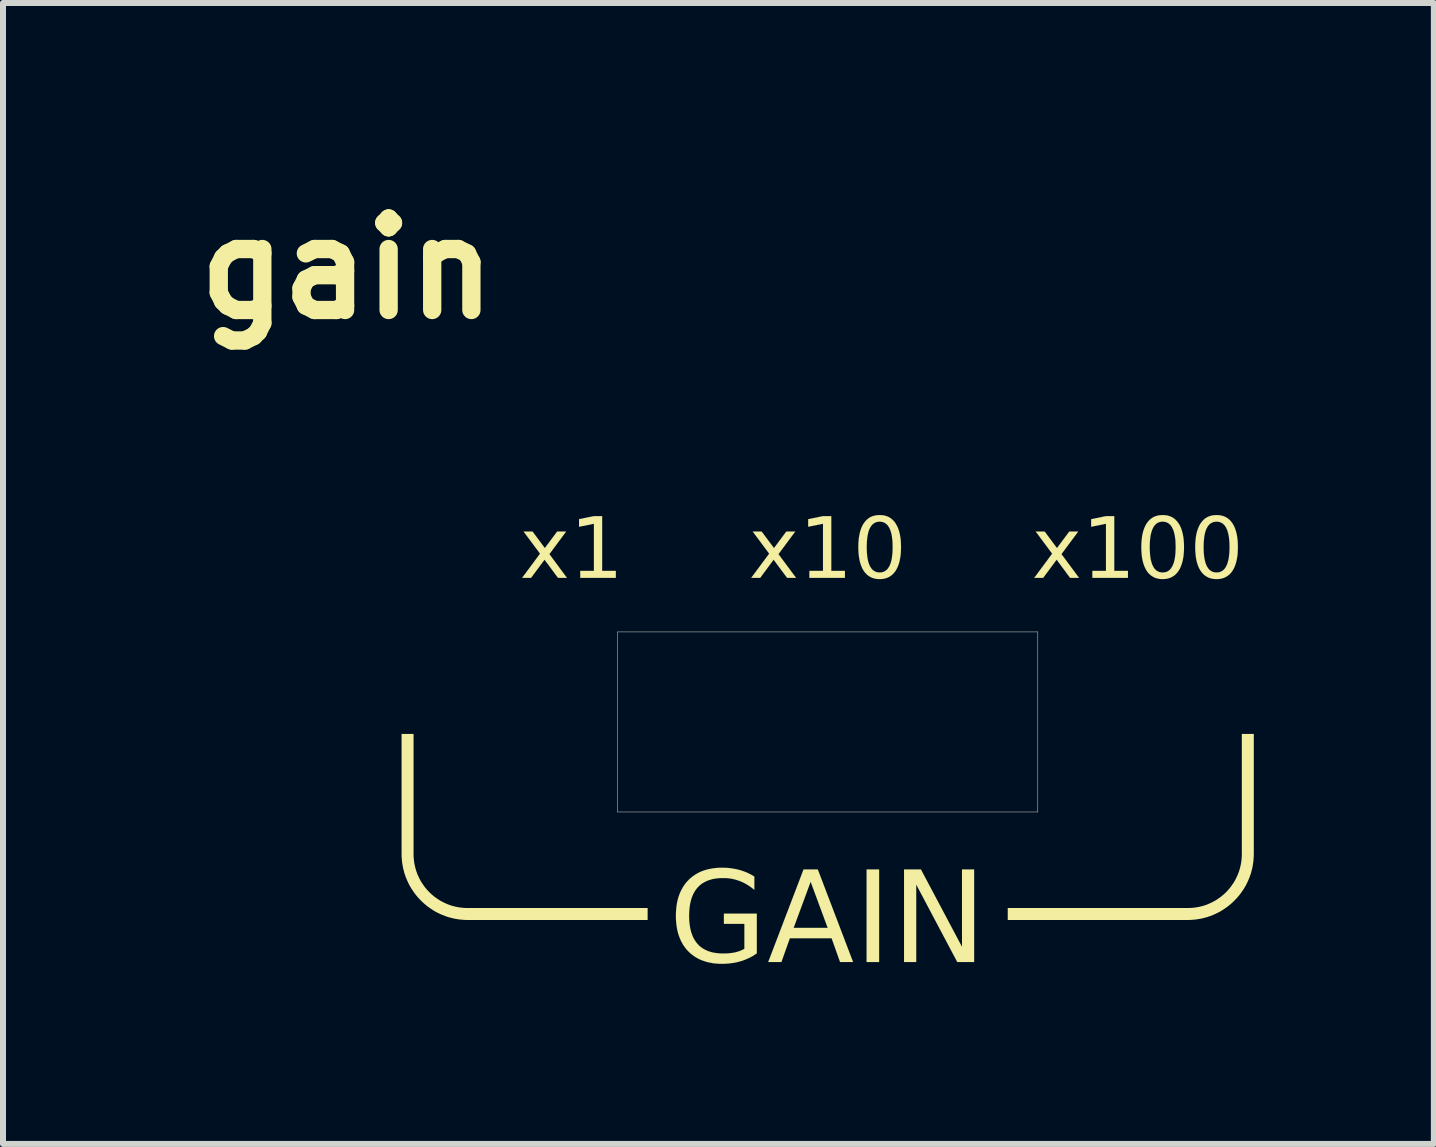
<source format=kicad_pcb>
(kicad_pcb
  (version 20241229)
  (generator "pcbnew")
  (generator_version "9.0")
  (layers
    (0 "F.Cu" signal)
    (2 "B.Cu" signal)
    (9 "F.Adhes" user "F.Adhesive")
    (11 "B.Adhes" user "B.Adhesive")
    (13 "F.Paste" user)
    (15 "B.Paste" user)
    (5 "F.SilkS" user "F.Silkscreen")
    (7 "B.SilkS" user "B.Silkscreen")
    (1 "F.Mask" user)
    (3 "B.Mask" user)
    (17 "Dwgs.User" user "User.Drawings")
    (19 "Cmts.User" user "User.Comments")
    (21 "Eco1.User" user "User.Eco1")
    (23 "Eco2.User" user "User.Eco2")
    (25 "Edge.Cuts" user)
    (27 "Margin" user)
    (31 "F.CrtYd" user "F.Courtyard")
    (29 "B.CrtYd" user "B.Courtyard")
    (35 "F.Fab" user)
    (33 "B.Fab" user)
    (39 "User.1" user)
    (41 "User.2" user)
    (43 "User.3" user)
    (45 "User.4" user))
  (footprint "gain"
    (layer "F.Cu")
    (at 2.736 4.474)
    (property "Reference" "gain" (at 0 -3.048 0) (layer "F.SilkS") (effects (font (size 1.524 1.524) (thickness 0.305))))
    (attr exclude_from_pos_files exclude_from_bom)
    (fp_poly (pts (xy 8.653 6.962) (xy 8.862 6.962) (xy 8.862 8.505) (xy 8.653 8.505) (xy 8.653 6.962)) (stroke (width 0.001) (type solid)) (fill yes) (layer "F.SilkS"))
    (fp_poly (pts (xy 9.277 6.962) (xy 9.558 6.962) (xy 10.243 8.253) (xy 10.243 6.962) (xy 10.445 6.962) (xy 10.445 8.505) (xy 10.164 8.505) (xy 9.48 7.214) (xy 9.48 8.505) (xy 9.277 8.505) (xy 9.277 6.962)) (stroke (width 0.001) (type solid)) (fill yes) (layer "F.SilkS"))
    (fp_poly (pts (xy 3.882 1.988) (xy 4.11 1.988) (xy 4.11 1.203) (xy 3.862 1.253) (xy 3.862 1.126) (xy 4.108 1.076) (xy 4.247 1.076) (xy 4.247 1.988) (xy 4.475 1.988) (xy 4.475 2.105) (xy 3.882 2.105) (xy 3.882 1.988)) (stroke (width 0.001) (type solid)) (fill yes) (layer "F.SilkS"))
    (fp_poly (pts (xy 7.7 1.988) (xy 7.927 1.988) (xy 7.927 1.203) (xy 7.68 1.253) (xy 7.68 1.126) (xy 7.926 1.076) (xy 8.065 1.076) (xy 8.065 1.988) (xy 8.292 1.988) (xy 8.292 2.105) (xy 7.7 2.105) (xy 7.7 1.988)) (stroke (width 0.001) (type solid)) (fill yes) (layer "F.SilkS"))
    (fp_poly (pts (xy 12.415 1.988) (xy 12.642 1.988) (xy 12.642 1.203) (xy 12.395 1.253) (xy 12.395 1.126) (xy 12.641 1.076) (xy 12.78 1.076) (xy 12.78 1.988) (xy 13.008 1.988) (xy 13.008 2.105) (xy 12.415 2.105) (xy 12.415 1.988)) (stroke (width 0.001) (type solid)) (fill yes) (layer "F.SilkS"))
    (fp_poly (pts (xy 3.647 1.333) (xy 3.368 1.709) (xy 3.661 2.105) (xy 3.512 2.105) (xy 3.287 1.802) (xy 3.062 2.105) (xy 2.913 2.105) (xy 3.212 1.701) (xy 2.938 1.333) (xy 3.088 1.333) (xy 3.292 1.608) (xy 3.497 1.333) (xy 3.647 1.333)) (stroke (width 0.001) (type solid)) (fill yes) (layer "F.SilkS"))
    (fp_poly (pts (xy 7.464 1.333) (xy 7.185 1.709) (xy 7.479 2.105) (xy 7.329 2.105) (xy 7.104 1.802) (xy 6.88 2.105) (xy 6.73 2.105) (xy 7.03 1.701) (xy 6.756 1.333) (xy 6.905 1.333) (xy 7.11 1.608) (xy 7.315 1.333) (xy 7.464 1.333)) (stroke (width 0.001) (type solid)) (fill yes) (layer "F.SilkS"))
    (fp_poly (pts (xy 12.179 1.333) (xy 11.9 1.709) (xy 12.194 2.105) (xy 12.044 2.105) (xy 11.82 1.802) (xy 11.595 2.105) (xy 11.446 2.105) (xy 11.745 1.701) (xy 11.471 1.333) (xy 11.621 1.333) (xy 11.825 1.608) (xy 12.03 1.333) (xy 12.179 1.333)) (stroke (width 0.001) (type solid)) (fill yes) (layer "F.SilkS"))
    (fp_poly (pts (xy 7.721 7.168) (xy 7.603 6.962) (xy 7.84 6.962) (xy 8.428 8.505) (xy 8.211 8.505) (xy 8.07 8.109) (xy 7.375 8.109) (xy 7.234 8.505) (xy 7.014 8.505) (xy 7.603 6.962) (xy 7.721 7.168) (xy 7.438 7.936) (xy 8.005 7.936) (xy 7.721 7.168)) (stroke (width 0.001) (type solid)) (fill yes) (layer "F.SilkS"))
    (fp_poly (pts (xy 0.905 4.705) (xy 0.905 6.705) (xy 0.906 6.73) (xy 0.906 6.755) (xy 0.908 6.779) (xy 0.91 6.804) (xy 0.912 6.828) (xy 0.915 6.852) (xy 0.919 6.876) (xy 0.923 6.9) (xy 0.927 6.923) (xy 0.932 6.947) (xy 0.938 6.97) (xy 0.944 6.993) (xy 0.95 7.016) (xy 0.957 7.039) (xy 0.965 7.061) (xy 0.972 7.083) (xy 0.981 7.105) (xy 0.99 7.127) (xy 0.999 7.149) (xy 1.009 7.17) (xy 1.019 7.191) (xy 1.029 7.212) (xy 1.04 7.233) (xy 1.052 7.253) (xy 1.064 7.273) (xy 1.076 7.293) (xy 1.089 7.312) (xy 1.102 7.331) (xy 1.115 7.35) (xy 1.129 7.369) (xy 1.143 7.387) (xy 1.158 7.405) (xy 1.173 7.423) (xy 1.188 7.44) (xy 1.204 7.457) (xy 1.22 7.474) (xy 1.236 7.49) (xy 1.253 7.506) (xy 1.27 7.522) (xy 1.287 7.537) (xy 1.305 7.552) (xy 1.323 7.567) (xy 1.341 7.581) (xy 1.36 7.595) (xy 1.379 7.608) (xy 1.398 7.621) (xy 1.417 7.634) (xy 1.437 7.646) (xy 1.457 7.658) (xy 1.477 7.67) (xy 1.498 7.681) (xy 1.519 7.691) (xy 1.54 7.701) (xy 1.561 7.711) (xy 1.583 7.72) (xy 1.605 7.729) (xy 1.627 7.738) (xy 1.649 7.745) (xy 1.671 7.753) (xy 1.694 7.76) (xy 1.717 7.766) (xy 1.74 7.772) (xy 1.763 7.778) (xy 1.787 7.783) (xy 1.81 7.787) (xy 1.834 7.791) (xy 1.858 7.795) (xy 1.882 7.798) (xy 1.906 7.8) (xy 1.931 7.802) (xy 1.955 7.804) (xy 1.98 7.804) (xy 2.005 7.805) (xy 5.005 7.805) (xy 5.005 7.605) (xy 2.005 7.605) (xy 1.98 7.605) (xy 1.955 7.604) (xy 1.931 7.602) (xy 1.907 7.6) (xy 1.883 7.597) (xy 1.859 7.594) (xy 1.835 7.589) (xy 1.812 7.585) (xy 1.788 7.579) (xy 1.765 7.573) (xy 1.743 7.567) (xy 1.72 7.56) (xy 1.698 7.552) (xy 1.676 7.544) (xy 1.654 7.535) (xy 1.633 7.525) (xy 1.612 7.516) (xy 1.591 7.505) (xy 1.57 7.494) (xy 1.55 7.483) (xy 1.53 7.471) (xy 1.511 7.458) (xy 1.492 7.445) (xy 1.473 7.432) (xy 1.454 7.418) (xy 1.436 7.404) (xy 1.419 7.389) (xy 1.401 7.374) (xy 1.384 7.358) (xy 1.368 7.342) (xy 1.352 7.326) (xy 1.336 7.309) (xy 1.321 7.291) (xy 1.306 7.274) (xy 1.292 7.256) (xy 1.278 7.237) (xy 1.265 7.218) (xy 1.252 7.199) (xy 1.239 7.18) (xy 1.227 7.16) (xy 1.216 7.14) (xy 1.205 7.119) (xy 1.194 7.098) (xy 1.185 7.077) (xy 1.175 7.056) (xy 1.166 7.034) (xy 1.158 7.012) (xy 1.15 6.99) (xy 1.143 6.967) (xy 1.137 6.945) (xy 1.131 6.922) (xy 1.125 6.898) (xy 1.121 6.875) (xy 1.116 6.851) (xy 1.113 6.827) (xy 1.11 6.803) (xy 1.108 6.779) (xy 1.106 6.754) (xy 1.105 6.73) (xy 1.105 6.705) (xy 1.105 4.705) (xy 0.905 4.705)) (stroke (width 0) (type solid)) (fill yes) (layer "F.SilkS"))
    (fp_poly (pts (xy 14.905 4.705) (xy 14.905 6.705) (xy 14.905 6.73) (xy 14.904 6.754) (xy 14.902 6.779) (xy 14.9 6.803) (xy 14.897 6.827) (xy 14.894 6.851) (xy 14.889 6.875) (xy 14.885 6.898) (xy 14.879 6.922) (xy 14.873 6.945) (xy 14.867 6.967) (xy 14.86 6.99) (xy 14.852 7.012) (xy 14.844 7.034) (xy 14.835 7.056) (xy 14.825 7.077) (xy 14.815 7.098) (xy 14.805 7.119) (xy 14.794 7.14) (xy 14.783 7.16) (xy 14.771 7.18) (xy 14.758 7.199) (xy 14.745 7.218) (xy 14.732 7.237) (xy 14.718 7.256) (xy 14.704 7.274) (xy 14.689 7.291) (xy 14.674 7.309) (xy 14.658 7.326) (xy 14.642 7.342) (xy 14.626 7.358) (xy 14.609 7.374) (xy 14.591 7.389) (xy 14.574 7.404) (xy 14.556 7.418) (xy 14.537 7.432) (xy 14.518 7.445) (xy 14.499 7.458) (xy 14.48 7.471) (xy 14.46 7.483) (xy 14.44 7.494) (xy 14.419 7.505) (xy 14.398 7.516) (xy 14.377 7.525) (xy 14.356 7.535) (xy 14.334 7.544) (xy 14.312 7.552) (xy 14.29 7.56) (xy 14.267 7.567) (xy 14.245 7.573) (xy 14.222 7.579) (xy 14.198 7.585) (xy 14.175 7.589) (xy 14.151 7.594) (xy 14.127 7.597) (xy 14.103 7.6) (xy 14.079 7.602) (xy 14.054 7.604) (xy 14.03 7.605) (xy 14.005 7.605) (xy 11.005 7.605) (xy 11.005 7.805) (xy 14.005 7.805) (xy 14.03 7.804) (xy 14.055 7.804) (xy 14.079 7.802) (xy 14.104 7.8) (xy 14.128 7.798) (xy 14.152 7.795) (xy 14.176 7.791) (xy 14.2 7.787) (xy 14.223 7.783) (xy 14.247 7.778) (xy 14.27 7.772) (xy 14.293 7.766) (xy 14.316 7.76) (xy 14.339 7.753) (xy 14.361 7.745) (xy 14.383 7.738) (xy 14.405 7.729) (xy 14.427 7.72) (xy 14.449 7.711) (xy 14.47 7.701) (xy 14.491 7.691) (xy 14.512 7.681) (xy 14.533 7.67) (xy 14.553 7.658) (xy 14.573 7.646) (xy 14.593 7.634) (xy 14.612 7.621) (xy 14.631 7.608) (xy 14.65 7.595) (xy 14.669 7.581) (xy 14.687 7.567) (xy 14.705 7.552) (xy 14.723 7.537) (xy 14.74 7.522) (xy 14.757 7.506) (xy 14.774 7.49) (xy 14.79 7.474) (xy 14.806 7.457) (xy 14.822 7.44) (xy 14.837 7.423) (xy 14.852 7.405) (xy 14.867 7.387) (xy 14.881 7.369) (xy 14.895 7.35) (xy 14.908 7.331) (xy 14.921 7.312) (xy 14.934 7.293) (xy 14.946 7.273) (xy 14.958 7.253) (xy 14.97 7.233) (xy 14.981 7.212) (xy 14.991 7.191) (xy 15.001 7.17) (xy 15.011 7.149) (xy 15.02 7.127) (xy 15.029 7.105) (xy 15.038 7.083) (xy 15.045 7.061) (xy 15.053 7.039) (xy 15.06 7.016) (xy 15.066 6.993) (xy 15.072 6.97) (xy 15.078 6.947) (xy 15.083 6.923) (xy 15.087 6.9) (xy 15.091 6.876) (xy 15.095 6.852) (xy 15.098 6.828) (xy 15.1 6.804) (xy 15.102 6.779) (xy 15.103 6.755) (xy 15.104 6.73) (xy 15.105 6.705) (xy 15.105 4.705) (xy 14.905 4.705)) (stroke (width 0) (type solid)) (fill yes) (layer "F.SilkS"))
    (fp_poly (pts (xy 8.871 1.168) (xy 8.871 1.058) (xy 8.897 1.059) (xy 8.922 1.061) (xy 8.947 1.065) (xy 8.97 1.071) (xy 8.992 1.078) (xy 9.013 1.087) (xy 9.034 1.097) (xy 9.053 1.11) (xy 9.071 1.123) (xy 9.089 1.139) (xy 9.105 1.156) (xy 9.121 1.175) (xy 9.135 1.195) (xy 9.145 1.211) (xy 9.155 1.229) (xy 9.164 1.247) (xy 9.173 1.266) (xy 9.181 1.286) (xy 9.188 1.307) (xy 9.195 1.328) (xy 9.201 1.351) (xy 9.206 1.374) (xy 9.211 1.398) (xy 9.215 1.423) (xy 9.219 1.449) (xy 9.222 1.476) (xy 9.224 1.504) (xy 9.225 1.532) (xy 9.226 1.561) (xy 9.227 1.592) (xy 9.226 1.622) (xy 9.225 1.651) (xy 9.224 1.68) (xy 9.222 1.707) (xy 9.219 1.734) (xy 9.215 1.76) (xy 9.211 1.785) (xy 9.206 1.809) (xy 9.201 1.832) (xy 9.195 1.855) (xy 9.188 1.876) (xy 9.181 1.897) (xy 9.173 1.917) (xy 9.164 1.936) (xy 9.155 1.955) (xy 9.145 1.972) (xy 9.135 1.989) (xy 9.121 2.009) (xy 9.105 2.027) (xy 9.089 2.044) (xy 9.071 2.06) (xy 9.053 2.073) (xy 9.034 2.085) (xy 9.013 2.096) (xy 8.992 2.105) (xy 8.97 2.112) (xy 8.947 2.118) (xy 8.922 2.122) (xy 8.897 2.124) (xy 8.871 2.125) (xy 8.845 2.124) (xy 8.82 2.122) (xy 8.796 2.118) (xy 8.772 2.112) (xy 8.75 2.105) (xy 8.729 2.096) (xy 8.708 2.085) (xy 8.689 2.073) (xy 8.671 2.06) (xy 8.653 2.044) (xy 8.637 2.027) (xy 8.621 2.009) (xy 8.607 1.989) (xy 8.596 1.972) (xy 8.586 1.955) (xy 8.577 1.936) (xy 8.569 1.917) (xy 8.561 1.897) (xy 8.554 1.876) (xy 8.547 1.855) (xy 8.541 1.832) (xy 8.536 1.809) (xy 8.531 1.785) (xy 8.527 1.76) (xy 8.523 1.734) (xy 8.521 1.707) (xy 8.518 1.68) (xy 8.517 1.651) (xy 8.516 1.622) (xy 8.516 1.592) (xy 8.516 1.561) (xy 8.517 1.532) (xy 8.518 1.504) (xy 8.521 1.476) (xy 8.523 1.449) (xy 8.527 1.423) (xy 8.531 1.398) (xy 8.536 1.374) (xy 8.541 1.351) (xy 8.547 1.328) (xy 8.554 1.307) (xy 8.561 1.286) (xy 8.569 1.266) (xy 8.577 1.247) (xy 8.586 1.229) (xy 8.596 1.211) (xy 8.607 1.195) (xy 8.621 1.175) (xy 8.637 1.156) (xy 8.653 1.139) (xy 8.671 1.123) (xy 8.689 1.11) (xy 8.708 1.097) (xy 8.729 1.087) (xy 8.75 1.078) (xy 8.772 1.071) (xy 8.796 1.065) (xy 8.82 1.061) (xy 8.845 1.059) (xy 8.871 1.058) (xy 8.871 1.168) (xy 8.848 1.169) (xy 8.826 1.173) (xy 8.805 1.18) (xy 8.786 1.189) (xy 8.768 1.201) (xy 8.751 1.215) (xy 8.736 1.232) (xy 8.722 1.252) (xy 8.709 1.274) (xy 8.701 1.291) (xy 8.694 1.309) (xy 8.687 1.328) (xy 8.681 1.349) (xy 8.676 1.371) (xy 8.671 1.394) (xy 8.667 1.419) (xy 8.663 1.444) (xy 8.661 1.471) (xy 8.658 1.499) (xy 8.657 1.529) (xy 8.656 1.56) (xy 8.655 1.592) (xy 8.656 1.624) (xy 8.657 1.654) (xy 8.658 1.684) (xy 8.661 1.712) (xy 8.663 1.739) (xy 8.667 1.764) (xy 8.671 1.789) (xy 8.676 1.812) (xy 8.681 1.834) (xy 8.687 1.855) (xy 8.694 1.874) (xy 8.701 1.892) (xy 8.709 1.909) (xy 8.722 1.931) (xy 8.736 1.951) (xy 8.751 1.968) (xy 8.768 1.982) (xy 8.786 1.994) (xy 8.805 2.003) (xy 8.826 2.01) (xy 8.848 2.013) (xy 8.871 2.015) (xy 8.894 2.013) (xy 8.916 2.01) (xy 8.937 2.003) (xy 8.957 1.994) (xy 8.974 1.982) (xy 8.991 1.968) (xy 9.006 1.951) (xy 9.02 1.931) (xy 9.033 1.909) (xy 9.041 1.892) (xy 9.048 1.874) (xy 9.055 1.855) (xy 9.061 1.834) (xy 9.067 1.812) (xy 9.072 1.789) (xy 9.076 1.764) (xy 9.079 1.739) (xy 9.082 1.712) (xy 9.085 1.684) (xy 9.086 1.654) (xy 9.087 1.624) (xy 9.087 1.592) (xy 9.087 1.56) (xy 9.086 1.529) (xy 9.085 1.499) (xy 9.082 1.471) (xy 9.079 1.444) (xy 9.076 1.419) (xy 9.072 1.394) (xy 9.067 1.371) (xy 9.061 1.349) (xy 9.055 1.328) (xy 9.048 1.309) (xy 9.041 1.291) (xy 9.033 1.274) (xy 9.02 1.252) (xy 9.006 1.232) (xy 8.991 1.215) (xy 8.974 1.201) (xy 8.957 1.189) (xy 8.937 1.18) (xy 8.916 1.173) (xy 8.894 1.169) (xy 8.871 1.168)) (stroke (width 0.001) (type solid)) (fill yes) (layer "F.SilkS"))
    (fp_poly (pts (xy 13.586 1.168) (xy 13.586 1.058) (xy 13.613 1.059) (xy 13.638 1.061) (xy 13.662 1.065) (xy 13.685 1.071) (xy 13.707 1.078) (xy 13.729 1.087) (xy 13.749 1.097) (xy 13.768 1.11) (xy 13.787 1.123) (xy 13.804 1.139) (xy 13.82 1.156) (xy 13.836 1.175) (xy 13.85 1.195) (xy 13.861 1.211) (xy 13.871 1.229) (xy 13.88 1.247) (xy 13.888 1.266) (xy 13.896 1.286) (xy 13.904 1.307) (xy 13.91 1.328) (xy 13.916 1.351) (xy 13.922 1.374) (xy 13.926 1.398) (xy 13.931 1.423) (xy 13.934 1.449) (xy 13.937 1.476) (xy 13.939 1.504) (xy 13.941 1.532) (xy 13.942 1.561) (xy 13.942 1.592) (xy 13.942 1.622) (xy 13.941 1.651) (xy 13.939 1.68) (xy 13.937 1.707) (xy 13.934 1.734) (xy 13.931 1.76) (xy 13.926 1.785) (xy 13.922 1.809) (xy 13.916 1.832) (xy 13.91 1.855) (xy 13.904 1.876) (xy 13.896 1.897) (xy 13.888 1.917) (xy 13.88 1.936) (xy 13.871 1.955) (xy 13.861 1.972) (xy 13.85 1.989) (xy 13.836 2.009) (xy 13.82 2.027) (xy 13.804 2.044) (xy 13.787 2.06) (xy 13.768 2.073) (xy 13.749 2.085) (xy 13.729 2.096) (xy 13.707 2.105) (xy 13.685 2.112) (xy 13.662 2.118) (xy 13.638 2.122) (xy 13.613 2.124) (xy 13.586 2.125) (xy 13.56 2.124) (xy 13.535 2.122) (xy 13.511 2.118) (xy 13.488 2.112) (xy 13.465 2.105) (xy 13.444 2.096) (xy 13.424 2.085) (xy 13.404 2.073) (xy 13.386 2.06) (xy 13.368 2.044) (xy 13.352 2.027) (xy 13.336 2.009) (xy 13.322 1.989) (xy 13.311 1.972) (xy 13.302 1.955) (xy 13.293 1.936) (xy 13.284 1.917) (xy 13.276 1.897) (xy 13.269 1.876) (xy 13.262 1.855) (xy 13.256 1.832) (xy 13.251 1.809) (xy 13.246 1.785) (xy 13.242 1.76) (xy 13.239 1.734) (xy 13.236 1.707) (xy 13.234 1.68) (xy 13.232 1.651) (xy 13.231 1.622) (xy 13.231 1.592) (xy 13.231 1.561) (xy 13.232 1.532) (xy 13.234 1.504) (xy 13.236 1.476) (xy 13.239 1.449) (xy 13.242 1.423) (xy 13.246 1.398) (xy 13.251 1.374) (xy 13.256 1.351) (xy 13.262 1.328) (xy 13.269 1.307) (xy 13.276 1.286) (xy 13.284 1.266) (xy 13.293 1.247) (xy 13.302 1.229) (xy 13.311 1.211) (xy 13.322 1.195) (xy 13.336 1.175) (xy 13.352 1.156) (xy 13.368 1.139) (xy 13.386 1.123) (xy 13.404 1.11) (xy 13.424 1.097) (xy 13.444 1.087) (xy 13.465 1.078) (xy 13.488 1.071) (xy 13.511 1.065) (xy 13.535 1.061) (xy 13.56 1.059) (xy 13.586 1.058) (xy 13.586 1.168) (xy 13.563 1.169) (xy 13.541 1.173) (xy 13.521 1.18) (xy 13.501 1.189) (xy 13.483 1.201) (xy 13.467 1.215) (xy 13.451 1.232) (xy 13.437 1.252) (xy 13.425 1.274) (xy 13.417 1.291) (xy 13.409 1.309) (xy 13.403 1.328) (xy 13.397 1.349) (xy 13.391 1.371) (xy 13.386 1.394) (xy 13.382 1.419) (xy 13.379 1.444) (xy 13.376 1.471) (xy 13.374 1.499) (xy 13.372 1.529) (xy 13.371 1.56) (xy 13.371 1.592) (xy 13.371 1.624) (xy 13.372 1.654) (xy 13.374 1.684) (xy 13.376 1.712) (xy 13.379 1.739) (xy 13.382 1.764) (xy 13.386 1.789) (xy 13.391 1.812) (xy 13.397 1.834) (xy 13.403 1.855) (xy 13.409 1.874) (xy 13.417 1.892) (xy 13.425 1.909) (xy 13.437 1.931) (xy 13.451 1.951) (xy 13.467 1.968) (xy 13.483 1.982) (xy 13.501 1.994) (xy 13.521 2.003) (xy 13.541 2.01) (xy 13.563 2.013) (xy 13.586 2.015) (xy 13.61 2.013) (xy 13.632 2.01) (xy 13.653 2.003) (xy 13.672 1.994) (xy 13.69 1.982) (xy 13.706 1.968) (xy 13.722 1.951) (xy 13.736 1.931) (xy 13.748 1.909) (xy 13.756 1.892) (xy 13.764 1.874) (xy 13.771 1.855) (xy 13.777 1.834) (xy 13.782 1.812) (xy 13.787 1.789) (xy 13.791 1.764) (xy 13.795 1.739) (xy 13.798 1.712) (xy 13.8 1.684) (xy 13.801 1.654) (xy 13.802 1.624) (xy 13.803 1.592) (xy 13.802 1.56) (xy 13.801 1.529) (xy 13.8 1.499) (xy 13.798 1.471) (xy 13.795 1.444) (xy 13.791 1.419) (xy 13.787 1.394) (xy 13.782 1.371) (xy 13.777 1.349) (xy 13.771 1.328) (xy 13.764 1.309) (xy 13.756 1.291) (xy 13.748 1.274) (xy 13.736 1.252) (xy 13.722 1.232) (xy 13.706 1.215) (xy 13.69 1.201) (xy 13.672 1.189) (xy 13.653 1.18) (xy 13.632 1.173) (xy 13.61 1.169) (xy 13.586 1.168)) (stroke (width 0.001) (type solid)) (fill yes) (layer "F.SilkS"))
    (fp_poly (pts (xy 14.484 1.168) (xy 14.484 1.058) (xy 14.51 1.059) (xy 14.535 1.061) (xy 14.56 1.065) (xy 14.583 1.071) (xy 14.605 1.078) (xy 14.626 1.087) (xy 14.647 1.097) (xy 14.666 1.11) (xy 14.684 1.123) (xy 14.702 1.139) (xy 14.718 1.156) (xy 14.734 1.175) (xy 14.748 1.195) (xy 14.759 1.211) (xy 14.768 1.229) (xy 14.778 1.247) (xy 14.786 1.266) (xy 14.794 1.286) (xy 14.801 1.307) (xy 14.808 1.328) (xy 14.814 1.351) (xy 14.819 1.374) (xy 14.824 1.398) (xy 14.828 1.423) (xy 14.832 1.449) (xy 14.835 1.476) (xy 14.837 1.504) (xy 14.838 1.532) (xy 14.839 1.561) (xy 14.84 1.592) (xy 14.839 1.622) (xy 14.838 1.651) (xy 14.837 1.68) (xy 14.835 1.707) (xy 14.832 1.734) (xy 14.828 1.76) (xy 14.824 1.785) (xy 14.819 1.809) (xy 14.814 1.832) (xy 14.808 1.855) (xy 14.801 1.876) (xy 14.794 1.897) (xy 14.786 1.917) (xy 14.778 1.936) (xy 14.768 1.955) (xy 14.759 1.972) (xy 14.748 1.989) (xy 14.734 2.009) (xy 14.718 2.027) (xy 14.702 2.044) (xy 14.684 2.06) (xy 14.666 2.073) (xy 14.647 2.085) (xy 14.626 2.096) (xy 14.605 2.105) (xy 14.583 2.112) (xy 14.56 2.118) (xy 14.536 2.122) (xy 14.51 2.124) (xy 14.484 2.125) (xy 14.458 2.124) (xy 14.433 2.122) (xy 14.409 2.118) (xy 14.385 2.112) (xy 14.363 2.105) (xy 14.342 2.096) (xy 14.322 2.085) (xy 14.302 2.073) (xy 14.284 2.06) (xy 14.266 2.044) (xy 14.25 2.027) (xy 14.234 2.009) (xy 14.22 1.989) (xy 14.209 1.972) (xy 14.2 1.955) (xy 14.19 1.936) (xy 14.182 1.917) (xy 14.174 1.897) (xy 14.167 1.876) (xy 14.16 1.855) (xy 14.154 1.832) (xy 14.149 1.809) (xy 14.144 1.785) (xy 14.14 1.76) (xy 14.137 1.734) (xy 14.134 1.707) (xy 14.132 1.68) (xy 14.13 1.651) (xy 14.129 1.622) (xy 14.129 1.592) (xy 14.129 1.561) (xy 14.13 1.532) (xy 14.132 1.504) (xy 14.134 1.476) (xy 14.137 1.449) (xy 14.14 1.423) (xy 14.144 1.398) (xy 14.149 1.374) (xy 14.154 1.351) (xy 14.16 1.328) (xy 14.167 1.307) (xy 14.174 1.286) (xy 14.182 1.266) (xy 14.19 1.247) (xy 14.2 1.229) (xy 14.209 1.211) (xy 14.22 1.195) (xy 14.234 1.175) (xy 14.25 1.156) (xy 14.266 1.139) (xy 14.284 1.123) (xy 14.302 1.11) (xy 14.322 1.097) (xy 14.342 1.087) (xy 14.363 1.078) (xy 14.385 1.071) (xy 14.409 1.065) (xy 14.433 1.061) (xy 14.458 1.059) (xy 14.484 1.058) (xy 14.484 1.168) (xy 14.461 1.169) (xy 14.439 1.173) (xy 14.418 1.18) (xy 14.399 1.189) (xy 14.381 1.201) (xy 14.364 1.215) (xy 14.349 1.232) (xy 14.335 1.252) (xy 14.322 1.274) (xy 14.314 1.291) (xy 14.307 1.309) (xy 14.3 1.328) (xy 14.294 1.349) (xy 14.289 1.371) (xy 14.284 1.394) (xy 14.28 1.419) (xy 14.277 1.444) (xy 14.274 1.471) (xy 14.271 1.499) (xy 14.27 1.529) (xy 14.269 1.56) (xy 14.269 1.592) (xy 14.269 1.624) (xy 14.27 1.654) (xy 14.271 1.684) (xy 14.274 1.712) (xy 14.277 1.739) (xy 14.28 1.764) (xy 14.284 1.789) (xy 14.289 1.812) (xy 14.294 1.834) (xy 14.3 1.855) (xy 14.307 1.874) (xy 14.314 1.892) (xy 14.322 1.909) (xy 14.335 1.931) (xy 14.349 1.951) (xy 14.364 1.968) (xy 14.381 1.982) (xy 14.399 1.994) (xy 14.418 2.003) (xy 14.439 2.01) (xy 14.461 2.013) (xy 14.484 2.015) (xy 14.508 2.013) (xy 14.53 2.01) (xy 14.55 2.003) (xy 14.57 1.994) (xy 14.588 1.982) (xy 14.604 1.968) (xy 14.62 1.951) (xy 14.634 1.931) (xy 14.646 1.909) (xy 14.654 1.892) (xy 14.662 1.874) (xy 14.668 1.855) (xy 14.674 1.834) (xy 14.68 1.812) (xy 14.685 1.789) (xy 14.689 1.764) (xy 14.692 1.739) (xy 14.695 1.712) (xy 14.698 1.684) (xy 14.699 1.654) (xy 14.7 1.624) (xy 14.701 1.592) (xy 14.7 1.56) (xy 14.699 1.529) (xy 14.698 1.499) (xy 14.695 1.471) (xy 14.692 1.444) (xy 14.689 1.419) (xy 14.685 1.394) (xy 14.68 1.371) (xy 14.674 1.349) (xy 14.668 1.328) (xy 14.662 1.309) (xy 14.654 1.291) (xy 14.646 1.274) (xy 14.634 1.252) (xy 14.62 1.232) (xy 14.604 1.215) (xy 14.588 1.201) (xy 14.57 1.189) (xy 14.55 1.18) (xy 14.53 1.173) (xy 14.508 1.169) (xy 14.484 1.168)) (stroke (width 0.001) (type solid)) (fill yes) (layer "F.SilkS"))
    (fp_poly (pts (xy 6.617 8.285) (xy 6.617 7.87) (xy 6.276 7.87) (xy 6.276 7.699) (xy 6.824 7.699) (xy 6.824 8.361) (xy 6.803 8.375) (xy 6.783 8.389) (xy 6.762 8.402) (xy 6.74 8.414) (xy 6.719 8.426) (xy 6.697 8.437) (xy 6.674 8.447) (xy 6.651 8.457) (xy 6.628 8.467) (xy 6.605 8.476) (xy 6.581 8.484) (xy 6.557 8.492) (xy 6.533 8.498) (xy 6.508 8.505) (xy 6.483 8.511) (xy 6.458 8.516) (xy 6.432 8.52) (xy 6.406 8.524) (xy 6.38 8.527) (xy 6.354 8.53) (xy 6.327 8.532) (xy 6.301 8.534) (xy 6.273 8.535) (xy 6.246 8.535) (xy 6.217 8.535) (xy 6.189 8.534) (xy 6.161 8.532) (xy 6.134 8.53) (xy 6.108 8.527) (xy 6.081 8.523) (xy 6.056 8.518) (xy 6.031 8.513) (xy 6.006 8.508) (xy 5.982 8.501) (xy 5.958 8.494) (xy 5.935 8.486) (xy 5.912 8.478) (xy 5.89 8.469) (xy 5.868 8.459) (xy 5.847 8.449) (xy 5.827 8.437) (xy 5.806 8.426) (xy 5.787 8.413) (xy 5.768 8.4) (xy 5.749 8.386) (xy 5.731 8.372) (xy 5.713 8.357) (xy 5.696 8.341) (xy 5.68 8.324) (xy 5.664 8.308) (xy 5.649 8.291) (xy 5.635 8.273) (xy 5.622 8.255) (xy 5.609 8.237) (xy 5.596 8.218) (xy 5.585 8.198) (xy 5.574 8.178) (xy 5.563 8.158) (xy 5.553 8.137) (xy 5.544 8.115) (xy 5.535 8.093) (xy 5.527 8.071) (xy 5.519 8.048) (xy 5.512 8.025) (xy 5.506 8.001) (xy 5.5 7.976) (xy 5.495 7.952) (xy 5.491 7.926) (xy 5.487 7.9) (xy 5.483 7.874) (xy 5.481 7.847) (xy 5.479 7.82) (xy 5.477 7.792) (xy 5.476 7.764) (xy 5.476 7.735) (xy 5.476 7.706) (xy 5.477 7.678) (xy 5.479 7.65) (xy 5.481 7.623) (xy 5.483 7.596) (xy 5.487 7.569) (xy 5.491 7.543) (xy 5.495 7.518) (xy 5.5 7.493) (xy 5.506 7.469) (xy 5.512 7.445) (xy 5.519 7.422) (xy 5.527 7.399) (xy 5.535 7.376) (xy 5.544 7.354) (xy 5.553 7.333) (xy 5.563 7.312) (xy 5.574 7.292) (xy 5.585 7.272) (xy 5.596 7.252) (xy 5.609 7.233) (xy 5.622 7.215) (xy 5.635 7.197) (xy 5.649 7.179) (xy 5.664 7.162) (xy 5.68 7.146) (xy 5.696 7.129) (xy 5.713 7.113) (xy 5.731 7.098) (xy 5.749 7.084) (xy 5.768 7.07) (xy 5.787 7.056) (xy 5.806 7.044) (xy 5.827 7.032) (xy 5.847 7.021) (xy 5.868 7.01) (xy 5.89 7) (xy 5.912 6.991) (xy 5.935 6.983) (xy 5.958 6.975) (xy 5.982 6.968) (xy 6.006 6.961) (xy 6.031 6.956) (xy 6.056 6.951) (xy 6.081 6.946) (xy 6.108 6.943) (xy 6.134 6.939) (xy 6.161 6.937) (xy 6.189 6.935) (xy 6.217 6.934) (xy 6.246 6.934) (xy 6.271 6.934) (xy 6.296 6.935) (xy 6.32 6.936) (xy 6.345 6.938) (xy 6.369 6.94) (xy 6.393 6.943) (xy 6.417 6.947) (xy 6.44 6.951) (xy 6.464 6.955) (xy 6.487 6.96) (xy 6.51 6.965) (xy 6.532 6.971) (xy 6.557 6.978) (xy 6.581 6.986) (xy 6.605 6.994) (xy 6.629 7.003) (xy 6.652 7.012) (xy 6.675 7.022) (xy 6.697 7.033) (xy 6.719 7.044) (xy 6.741 7.056) (xy 6.762 7.068) (xy 6.783 7.081) (xy 6.783 7.303) (xy 6.764 7.287) (xy 6.744 7.272) (xy 6.725 7.257) (xy 6.705 7.243) (xy 6.684 7.23) (xy 6.664 7.217) (xy 6.643 7.205) (xy 6.623 7.194) (xy 6.602 7.183) (xy 6.58 7.173) (xy 6.559 7.164) (xy 6.537 7.155) (xy 6.514 7.147) (xy 6.49 7.139) (xy 6.465 7.132) (xy 6.441 7.126) (xy 6.416 7.12) (xy 6.391 7.116) (xy 6.366 7.112) (xy 6.341 7.109) (xy 6.315 7.107) (xy 6.29 7.106) (xy 6.264 7.106) (xy 6.234 7.106) (xy 6.205 7.107) (xy 6.178 7.11) (xy 6.15 7.113) (xy 6.124 7.117) (xy 6.099 7.121) (xy 6.074 7.127) (xy 6.05 7.134) (xy 6.027 7.141) (xy 6.004 7.149) (xy 5.983 7.159) (xy 5.962 7.169) (xy 5.942 7.18) (xy 5.922 7.191) (xy 5.904 7.204) (xy 5.886 7.218) (xy 5.869 7.232) (xy 5.853 7.248) (xy 5.838 7.264) (xy 5.824 7.28) (xy 5.811 7.297) (xy 5.798 7.315) (xy 5.787 7.333) (xy 5.776 7.352) (xy 5.765 7.373) (xy 5.756 7.393) (xy 5.747 7.415) (xy 5.739 7.437) (xy 5.731 7.461) (xy 5.725 7.485) (xy 5.719 7.509) (xy 5.713 7.535) (xy 5.709 7.561) (xy 5.705 7.588) (xy 5.702 7.616) (xy 5.699 7.645) (xy 5.698 7.674) (xy 5.696 7.704) (xy 5.696 7.735) (xy 5.696 7.766) (xy 5.698 7.796) (xy 5.699 7.825) (xy 5.702 7.854) (xy 5.705 7.881) (xy 5.709 7.908) (xy 5.713 7.935) (xy 5.719 7.96) (xy 5.725 7.985) (xy 5.731 8.009) (xy 5.739 8.032) (xy 5.747 8.054) (xy 5.756 8.076) (xy 5.765 8.097) (xy 5.776 8.117) (xy 5.787 8.136) (xy 5.798 8.154) (xy 5.811 8.172) (xy 5.824 8.189) (xy 5.838 8.205) (xy 5.853 8.221) (xy 5.869 8.237) (xy 5.886 8.251) (xy 5.904 8.265) (xy 5.922 8.278) (xy 5.942 8.289) (xy 5.962 8.3) (xy 5.983 8.31) (xy 6.004 8.32) (xy 6.027 8.328) (xy 6.05 8.335) (xy 6.074 8.342) (xy 6.099 8.348) (xy 6.124 8.352) (xy 6.15 8.356) (xy 6.178 8.359) (xy 6.205 8.362) (xy 6.234 8.363) (xy 6.264 8.363) (xy 6.291 8.363) (xy 6.317 8.362) (xy 6.343 8.361) (xy 6.368 8.359) (xy 6.392 8.356) (xy 6.416 8.353) (xy 6.439 8.349) (xy 6.461 8.345) (xy 6.485 8.339) (xy 6.509 8.332) (xy 6.532 8.324) (xy 6.554 8.316) (xy 6.576 8.306) (xy 6.597 8.296) (xy 6.617 8.285) (xy 6.617 8.285)) (stroke (width 0.001) (type solid)) (fill yes) (layer "F.SilkS"))
    (fp_line (start 4.505 3.005) (end 4.505 6.005) (stroke (width 0.01) (type solid)) (layer "F.Fab"))
    (fp_line (start 4.505 6.005) (end 11.505 6.005) (stroke (width 0.01) (type solid)) (layer "F.Fab"))
    (fp_line (start 11.505 3.005) (end 4.505 3.005) (stroke (width 0.01) (type solid)) (layer "F.Fab"))
    (fp_line (start 11.505 6.005) (end 11.505 3.005) (stroke (width 0.01) (type solid)) (layer "F.Fab")))
  (gr_rect
    (start -3 -3)
    (end 20.841 16.01)
    (stroke (width 0.1) (type default))
    (fill no)
    (layer "Edge.Cuts")))
</source>
